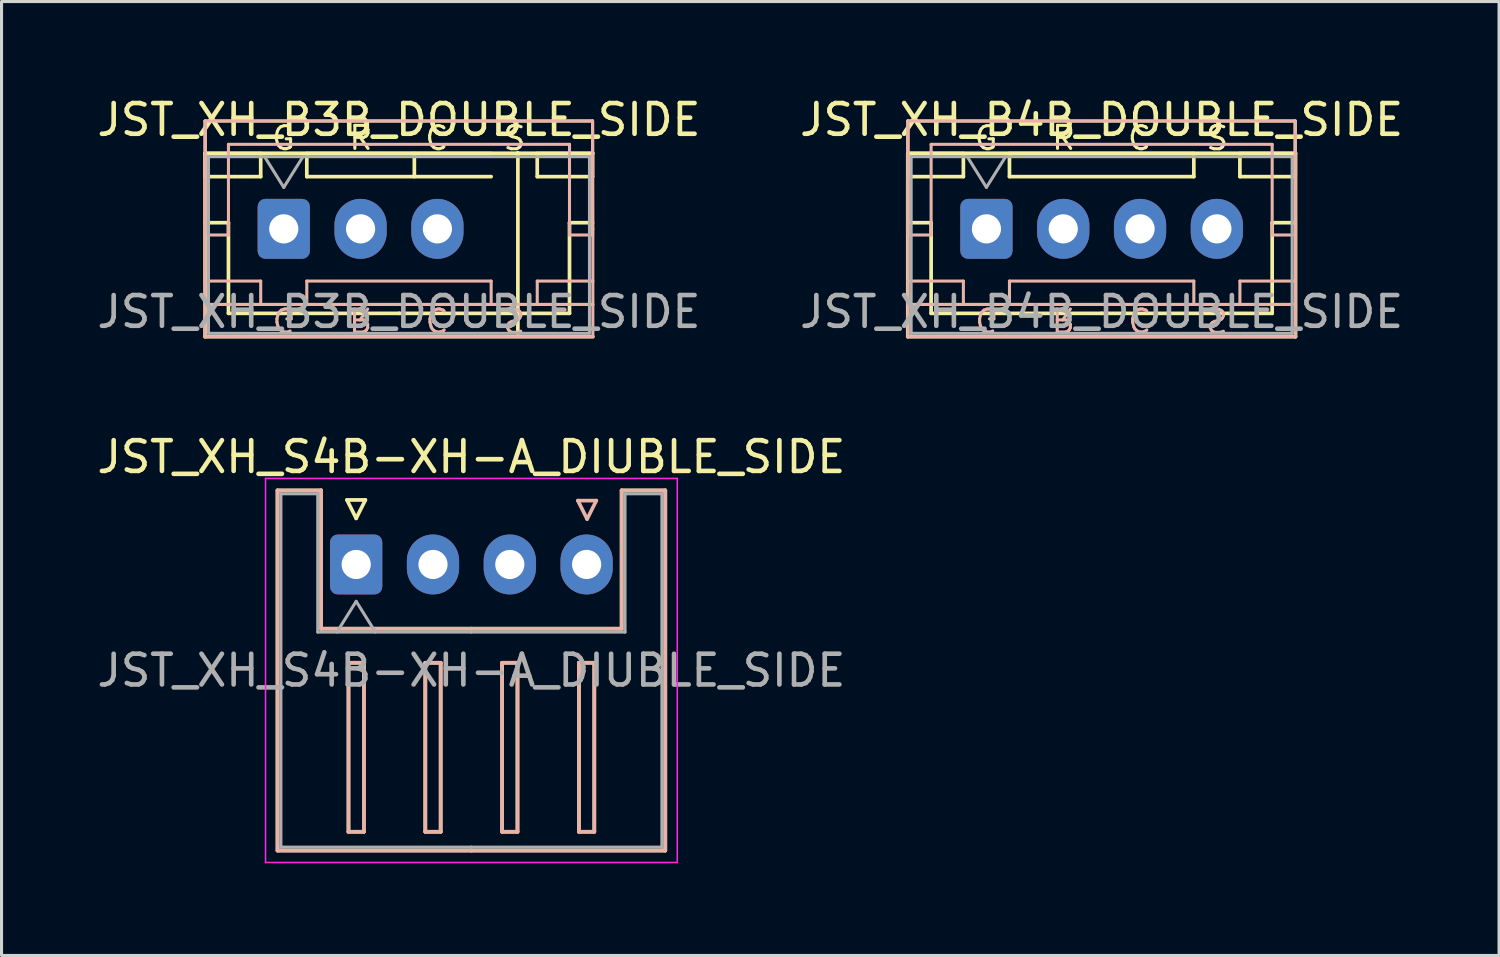
<source format=kicad_pcb>
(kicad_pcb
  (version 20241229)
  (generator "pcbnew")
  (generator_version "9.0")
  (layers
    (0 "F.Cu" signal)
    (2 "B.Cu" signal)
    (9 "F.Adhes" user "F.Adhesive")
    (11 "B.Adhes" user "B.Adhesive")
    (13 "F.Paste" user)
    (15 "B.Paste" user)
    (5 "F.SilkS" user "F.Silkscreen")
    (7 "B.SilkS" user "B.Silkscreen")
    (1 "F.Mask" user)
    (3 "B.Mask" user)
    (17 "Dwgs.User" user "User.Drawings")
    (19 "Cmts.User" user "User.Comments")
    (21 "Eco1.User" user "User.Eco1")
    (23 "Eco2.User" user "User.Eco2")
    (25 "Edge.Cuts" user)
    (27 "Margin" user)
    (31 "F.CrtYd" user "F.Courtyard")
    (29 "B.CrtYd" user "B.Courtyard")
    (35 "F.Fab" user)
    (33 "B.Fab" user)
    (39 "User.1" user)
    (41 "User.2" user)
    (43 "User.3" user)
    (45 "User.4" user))
  (footprint "JST_XH_S4B-XH-A_DIUBLE_SIDE"
    (layer "F.Cu")
    (at 8.542 15.321)
    (property "Reference" "JST_XH_S4B-XH-A_DIUBLE_SIDE" (at 3.75 -3.5 0) (layer "F.SilkS") (effects (font (size 1 1) (thickness 0.15))))
    (attr through_hole)
    (fp_line (start -2.56 -2.41) (end -1.14 -2.41) (stroke (width 0.12) (type solid)) (layer "F.SilkS"))
    (fp_line (start -2.56 9.31) (end -2.56 -2.41) (stroke (width 0.12) (type solid)) (layer "F.SilkS"))
    (fp_line (start -1.14 -2.41) (end -1.14 2.09) (stroke (width 0.12) (type solid)) (layer "F.SilkS"))
    (fp_line (start -1.14 2.09) (end 3.75 2.09) (stroke (width 0.12) (type solid)) (layer "F.SilkS"))
    (fp_line (start -0.3 -2.1) (end 0.3 -2.1) (stroke (width 0.12) (type solid)) (layer "F.SilkS"))
    (fp_line (start -0.25 3.2) (end -0.25 8.7) (stroke (width 0.12) (type solid)) (layer "F.SilkS"))
    (fp_line (start -0.25 8.7) (end 0.25 8.7) (stroke (width 0.12) (type solid)) (layer "F.SilkS"))
    (fp_line (start 0 -1.5) (end -0.3 -2.1) (stroke (width 0.12) (type solid)) (layer "F.SilkS"))
    (fp_line (start 0.25 3.2) (end -0.25 3.2) (stroke (width 0.12) (type solid)) (layer "F.SilkS"))
    (fp_line (start 0.25 8.7) (end 0.25 3.2) (stroke (width 0.12) (type solid)) (layer "F.SilkS"))
    (fp_line (start 0.3 -2.1) (end 0 -1.5) (stroke (width 0.12) (type solid)) (layer "F.SilkS"))
    (fp_line (start 2.25 3.2) (end 2.25 8.7) (stroke (width 0.12) (type solid)) (layer "F.SilkS"))
    (fp_line (start 2.25 8.7) (end 2.75 8.7) (stroke (width 0.12) (type solid)) (layer "F.SilkS"))
    (fp_line (start 2.75 3.2) (end 2.25 3.2) (stroke (width 0.12) (type solid)) (layer "F.SilkS"))
    (fp_line (start 2.75 8.7) (end 2.75 3.2) (stroke (width 0.12) (type solid)) (layer "F.SilkS"))
    (fp_line (start 3.75 9.31) (end -2.56 9.31) (stroke (width 0.12) (type solid)) (layer "F.SilkS"))
    (fp_line (start 3.75 9.31) (end 10.06 9.31) (stroke (width 0.12) (type solid)) (layer "F.SilkS"))
    (fp_line (start 4.75 3.2) (end 4.75 8.7) (stroke (width 0.12) (type solid)) (layer "F.SilkS"))
    (fp_line (start 4.75 8.7) (end 5.25 8.7) (stroke (width 0.12) (type solid)) (layer "F.SilkS"))
    (fp_line (start 5.25 3.2) (end 4.75 3.2) (stroke (width 0.12) (type solid)) (layer "F.SilkS"))
    (fp_line (start 5.25 8.7) (end 5.25 3.2) (stroke (width 0.12) (type solid)) (layer "F.SilkS"))
    (fp_line (start 7.25 3.2) (end 7.25 8.7) (stroke (width 0.12) (type solid)) (layer "F.SilkS"))
    (fp_line (start 7.25 8.7) (end 7.75 8.7) (stroke (width 0.12) (type solid)) (layer "F.SilkS"))
    (fp_line (start 7.75 3.2) (end 7.25 3.2) (stroke (width 0.12) (type solid)) (layer "F.SilkS"))
    (fp_line (start 7.75 8.7) (end 7.75 3.2) (stroke (width 0.12) (type solid)) (layer "F.SilkS"))
    (fp_line (start 8.64 -2.41) (end 8.64 2.09) (stroke (width 0.12) (type solid)) (layer "F.SilkS"))
    (fp_line (start 8.64 2.09) (end 3.75 2.09) (stroke (width 0.12) (type solid)) (layer "F.SilkS"))
    (fp_line (start 10.06 -2.41) (end 8.64 -2.41) (stroke (width 0.12) (type solid)) (layer "F.SilkS"))
    (fp_line (start 10.06 9.31) (end 10.06 -2.41) (stroke (width 0.12) (type solid)) (layer "F.SilkS"))
    (fp_line (start -2.56 -2.41) (end -1.14 -2.41) (stroke (width 0.12) (type solid)) (layer "B.SilkS"))
    (fp_line (start -2.56 9.31) (end -2.56 -2.41) (stroke (width 0.12) (type solid)) (layer "B.SilkS"))
    (fp_line (start -1.14 -2.41) (end -1.14 2.09) (stroke (width 0.12) (type solid)) (layer "B.SilkS"))
    (fp_line (start -1.14 2.09) (end 3.75 2.09) (stroke (width 0.12) (type solid)) (layer "B.SilkS"))
    (fp_line (start -0.25 3.2) (end 0.25 3.2) (stroke (width 0.12) (type solid)) (layer "B.SilkS"))
    (fp_line (start -0.25 8.7) (end -0.25 3.2) (stroke (width 0.12) (type solid)) (layer "B.SilkS"))
    (fp_line (start 0.25 3.2) (end 0.25 8.7) (stroke (width 0.12) (type solid)) (layer "B.SilkS"))
    (fp_line (start 0.25 8.7) (end -0.25 8.7) (stroke (width 0.12) (type solid)) (layer "B.SilkS"))
    (fp_line (start 2.25 3.2) (end 2.75 3.2) (stroke (width 0.12) (type solid)) (layer "B.SilkS"))
    (fp_line (start 2.25 8.7) (end 2.25 3.2) (stroke (width 0.12) (type solid)) (layer "B.SilkS"))
    (fp_line (start 2.75 3.2) (end 2.75 8.7) (stroke (width 0.12) (type solid)) (layer "B.SilkS"))
    (fp_line (start 2.75 8.7) (end 2.25 8.7) (stroke (width 0.12) (type solid)) (layer "B.SilkS"))
    (fp_line (start 3.75 9.31) (end -2.56 9.31) (stroke (width 0.12) (type solid)) (layer "B.SilkS"))
    (fp_line (start 3.75 9.31) (end 10.06 9.31) (stroke (width 0.12) (type solid)) (layer "B.SilkS"))
    (fp_line (start 4.75 3.2) (end 5.25 3.2) (stroke (width 0.12) (type solid)) (layer "B.SilkS"))
    (fp_line (start 4.75 8.7) (end 4.75 3.2) (stroke (width 0.12) (type solid)) (layer "B.SilkS"))
    (fp_line (start 5.25 3.2) (end 5.25 8.7) (stroke (width 0.12) (type solid)) (layer "B.SilkS"))
    (fp_line (start 5.25 8.7) (end 4.75 8.7) (stroke (width 0.12) (type solid)) (layer "B.SilkS"))
    (fp_line (start 7.216 -2.078) (end 7.516 -1.478) (stroke (width 0.12) (type solid)) (layer "B.SilkS"))
    (fp_line (start 7.25 3.2) (end 7.75 3.2) (stroke (width 0.12) (type solid)) (layer "B.SilkS"))
    (fp_line (start 7.25 8.7) (end 7.25 3.2) (stroke (width 0.12) (type solid)) (layer "B.SilkS"))
    (fp_line (start 7.516 -1.478) (end 7.816 -2.078) (stroke (width 0.12) (type solid)) (layer "B.SilkS"))
    (fp_line (start 7.75 3.2) (end 7.75 8.7) (stroke (width 0.12) (type solid)) (layer "B.SilkS"))
    (fp_line (start 7.75 8.7) (end 7.25 8.7) (stroke (width 0.12) (type solid)) (layer "B.SilkS"))
    (fp_line (start 7.816 -2.078) (end 7.216 -2.078) (stroke (width 0.12) (type solid)) (layer "B.SilkS"))
    (fp_line (start 8.64 -2.41) (end 8.64 2.09) (stroke (width 0.12) (type solid)) (layer "B.SilkS"))
    (fp_line (start 8.64 2.09) (end 3.75 2.09) (stroke (width 0.12) (type solid)) (layer "B.SilkS"))
    (fp_line (start 10.06 -2.41) (end 8.64 -2.41) (stroke (width 0.12) (type solid)) (layer "B.SilkS"))
    (fp_line (start 10.06 9.31) (end 10.06 -2.41) (stroke (width 0.12) (type solid)) (layer "B.SilkS"))
    (fp_line (start -2.95 -2.8) (end -2.95 9.7) (stroke (width 0.05) (type solid)) (layer "F.CrtYd"))
    (fp_line (start -2.95 9.7) (end 10.45 9.7) (stroke (width 0.05) (type solid)) (layer "F.CrtYd"))
    (fp_line (start 10.45 -2.8) (end -2.95 -2.8) (stroke (width 0.05) (type solid)) (layer "F.CrtYd"))
    (fp_line (start 10.45 9.7) (end 10.45 -2.8) (stroke (width 0.05) (type solid)) (layer "F.CrtYd"))
    (fp_line (start -2.45 -2.3) (end -1.25 -2.3) (stroke (width 0.1) (type solid)) (layer "F.Fab"))
    (fp_line (start -2.45 9.2) (end -2.45 -2.3) (stroke (width 0.1) (type solid)) (layer "F.Fab"))
    (fp_line (start -1.25 -2.3) (end -1.25 2.2) (stroke (width 0.1) (type solid)) (layer "F.Fab"))
    (fp_line (start -1.25 2.2) (end 3.75 2.2) (stroke (width 0.1) (type solid)) (layer "F.Fab"))
    (fp_line (start -0.625 2.2) (end 0 1.2) (stroke (width 0.1) (type solid)) (layer "F.Fab"))
    (fp_line (start 0 1.2) (end 0.625 2.2) (stroke (width 0.1) (type solid)) (layer "F.Fab"))
    (fp_line (start 3.75 9.2) (end -2.45 9.2) (stroke (width 0.1) (type solid)) (layer "F.Fab"))
    (fp_line (start 3.75 9.2) (end 9.95 9.2) (stroke (width 0.1) (type solid)) (layer "F.Fab"))
    (fp_line (start 8.75 -2.3) (end 8.75 2.2) (stroke (width 0.1) (type solid)) (layer "F.Fab"))
    (fp_line (start 8.75 2.2) (end 3.75 2.2) (stroke (width 0.1) (type solid)) (layer "F.Fab"))
    (fp_line (start 9.95 -2.3) (end 8.75 -2.3) (stroke (width 0.1) (type solid)) (layer "F.Fab"))
    (fp_line (start 9.95 9.2) (end 9.95 -2.3) (stroke (width 0.1) (type solid)) (layer "F.Fab"))
    (fp_text user "${REFERENCE}" (at 3.75 3.45 0) (layer "F.Fab") (effects (font (size 1 1) (thickness 0.15))))
    (pad "1" thru_hole roundrect (at 0 0) (size 1.7 1.95) (drill 0.95) (layers "*.Cu" "*.Mask") (roundrect_rratio 0.147))
    (pad "2" thru_hole oval (at 2.5 0) (size 1.7 1.95) (drill 0.95) (layers "*.Cu" "*.Mask"))
    (pad "3" thru_hole oval (at 5 0) (size 1.7 1.95) (drill 0.95) (layers "*.Cu" "*.Mask"))
    (pad "4" thru_hole oval (at 7.5 0) (size 1.7 1.95) (drill 0.95) (layers "*.Cu" "*.Mask")))
  (footprint "JST_XH_B4B_DOUBLE_SIDE"
    (layer "F.Cu")
    (at 29.054 4.398)
    (property "Reference" "JST_XH_B4B_DOUBLE_SIDE" (at 3.75 -3.55 0) (layer "F.SilkS") (effects (font (size 1 1) (thickness 0.15))))
    (attr through_hole)
    (fp_line (start -2.56 -3.51) (end 10.05 -3.51) (stroke (width 0.1) (type solid)) (layer "F.SilkS"))
    (fp_line (start -2.56 -2.46) (end -2.56 -3.51) (stroke (width 0.1) (type solid)) (layer "F.SilkS"))
    (fp_line (start -2.56 -2.46) (end -2.56 3.51) (stroke (width 0.12) (type solid)) (layer "F.SilkS"))
    (fp_line (start -2.56 3.51) (end 10.06 3.51) (stroke (width 0.12) (type solid)) (layer "F.SilkS"))
    (fp_line (start -2.55 -2.45) (end -2.55 -1.7) (stroke (width 0.12) (type solid)) (layer "F.SilkS"))
    (fp_line (start -2.55 -1.7) (end -0.75 -1.7) (stroke (width 0.12) (type solid)) (layer "F.SilkS"))
    (fp_line (start -2.55 -0.2) (end -1.8 -0.2) (stroke (width 0.12) (type solid)) (layer "F.SilkS"))
    (fp_line (start -1.8 -0.2) (end -1.8 2.75) (stroke (width 0.12) (type solid)) (layer "F.SilkS"))
    (fp_line (start -1.8 2.75) (end 3.75 2.75) (stroke (width 0.12) (type solid)) (layer "F.SilkS"))
    (fp_line (start -0.75 -2.45) (end -2.55 -2.45) (stroke (width 0.12) (type solid)) (layer "F.SilkS"))
    (fp_line (start -0.75 -1.7) (end -0.75 -2.45) (stroke (width 0.12) (type solid)) (layer "F.SilkS"))
    (fp_line (start 0.75 -2.45) (end 0.75 -1.7) (stroke (width 0.12) (type solid)) (layer "F.SilkS"))
    (fp_line (start 0.75 -1.7) (end 6.75 -1.7) (stroke (width 0.12) (type solid)) (layer "F.SilkS"))
    (fp_line (start 6.75 -2.45) (end 0.75 -2.45) (stroke (width 0.12) (type solid)) (layer "F.SilkS"))
    (fp_line (start 6.75 -1.7) (end 6.75 -2.45) (stroke (width 0.12) (type solid)) (layer "F.SilkS"))
    (fp_line (start 8.25 -2.45) (end 8.25 -1.7) (stroke (width 0.12) (type solid)) (layer "F.SilkS"))
    (fp_line (start 8.25 -1.7) (end 10.05 -1.7) (stroke (width 0.12) (type solid)) (layer "F.SilkS"))
    (fp_line (start 9.3 -0.2) (end 9.3 2.75) (stroke (width 0.12) (type solid)) (layer "F.SilkS"))
    (fp_line (start 9.3 2.75) (end 3.75 2.75) (stroke (width 0.12) (type solid)) (layer "F.SilkS"))
    (fp_line (start 10.05 -3.51) (end 10.05 -2.44) (stroke (width 0.1) (type solid)) (layer "F.SilkS"))
    (fp_line (start 10.05 -2.45) (end 8.25 -2.45) (stroke (width 0.12) (type solid)) (layer "F.SilkS"))
    (fp_line (start 10.05 -1.7) (end 10.05 -2.45) (stroke (width 0.12) (type solid)) (layer "F.SilkS"))
    (fp_line (start 10.05 -0.2) (end 9.3 -0.2) (stroke (width 0.12) (type solid)) (layer "F.SilkS"))
    (fp_line (start 10.06 -2.46) (end -2.56 -2.46) (stroke (width 0.12) (type solid)) (layer "F.SilkS"))
    (fp_line (start 10.06 3.51) (end 10.06 -2.46) (stroke (width 0.12) (type solid)) (layer "F.SilkS"))
    (fp_line (start -2.56 0) (end -2.56 -3.51) (stroke (width 0.1) (type solid)) (layer "B.SilkS"))
    (fp_line (start -2.56 0) (end -2.56 2.46) (stroke (width 0.1) (type solid)) (layer "B.SilkS"))
    (fp_line (start -2.56 2.46) (end -2.56 3.51) (stroke (width 0.1) (type solid)) (layer "B.SilkS"))
    (fp_line (start -2.56 3.51) (end 10.06 3.51) (stroke (width 0.1) (type solid)) (layer "B.SilkS"))
    (fp_line (start -2.55 -3.5) (end -2.55 0.2) (stroke (width 0.1) (type solid)) (layer "B.SilkS"))
    (fp_line (start -2.55 0.2) (end -1.8 0.2) (stroke (width 0.1) (type solid)) (layer "B.SilkS"))
    (fp_line (start -1.8 -2.75) (end 9.3 -2.75) (stroke (width 0.1) (type solid)) (layer "B.SilkS"))
    (fp_line (start -1.8 0.2) (end -1.8 -2.75) (stroke (width 0.1) (type solid)) (layer "B.SilkS"))
    (fp_line (start -0.75 1.7) (end -2.56 1.7) (stroke (width 0.1) (type solid)) (layer "B.SilkS"))
    (fp_line (start -0.75 2.46) (end -0.75 1.7) (stroke (width 0.1) (type solid)) (layer "B.SilkS"))
    (fp_line (start 0.75 2.46) (end 0.75 1.7) (stroke (width 0.1) (type solid)) (layer "B.SilkS"))
    (fp_line (start 6.75 1.7) (end 0.75 1.7) (stroke (width 0.1) (type solid)) (layer "B.SilkS"))
    (fp_line (start 6.75 2.46) (end 6.75 1.7) (stroke (width 0.1) (type solid)) (layer "B.SilkS"))
    (fp_line (start 8.25 1.7) (end 10.06 1.7) (stroke (width 0.1) (type solid)) (layer "B.SilkS"))
    (fp_line (start 8.25 2.46) (end 8.25 1.7) (stroke (width 0.1) (type solid)) (layer "B.SilkS"))
    (fp_line (start 9.3 0.2) (end 9.3 -2.75) (stroke (width 0.1) (type solid)) (layer "B.SilkS"))
    (fp_line (start 10.05 -3.51) (end -2.56 -3.51) (stroke (width 0.1) (type solid)) (layer "B.SilkS"))
    (fp_line (start 10.05 -3.5) (end 10.05 0.2) (stroke (width 0.1) (type solid)) (layer "B.SilkS"))
    (fp_line (start 10.05 0.2) (end 9.3 0.2) (stroke (width 0.1) (type solid)) (layer "B.SilkS"))
    (fp_line (start 10.06 0) (end 10.05 -3.51) (stroke (width 0.1) (type solid)) (layer "B.SilkS"))
    (fp_line (start 10.06 0) (end 10.06 2.46) (stroke (width 0.1) (type solid)) (layer "B.SilkS"))
    (fp_line (start 10.06 2.46) (end -2.56 2.46) (stroke (width 0.1) (type solid)) (layer "B.SilkS"))
    (fp_line (start 10.06 3.51) (end 10.06 2.46) (stroke (width 0.1) (type solid)) (layer "B.SilkS"))
    (fp_line (start -2.45 -2.35) (end -2.45 3.4) (stroke (width 0.1) (type solid)) (layer "F.Fab"))
    (fp_line (start -2.45 3.4) (end 9.95 3.4) (stroke (width 0.1) (type solid)) (layer "F.Fab"))
    (fp_line (start -0.625 -2.35) (end 0 -1.35) (stroke (width 0.1) (type solid)) (layer "F.Fab"))
    (fp_line (start 0 -1.35) (end 0.625 -2.35) (stroke (width 0.1) (type solid)) (layer "F.Fab"))
    (fp_line (start 9.95 -2.35) (end -2.45 -2.35) (stroke (width 0.1) (type solid)) (layer "F.Fab"))
    (fp_line (start 9.95 3.4) (end 9.95 -2.35) (stroke (width 0.1) (type solid)) (layer "F.Fab"))
    (fp_text user "G" (at -0.01 -2.95 0) (layer "F.SilkS") (effects (font (size 0.75 0.75) (thickness 0.1))))
    (fp_text user "C" (at 4.98 -2.95 0) (layer "F.SilkS") (effects (font (size 0.75 0.75) (thickness 0.1))))
    (fp_text user "R" (at 2.51 -2.96 0) (layer "F.SilkS") (effects (font (size 0.75 0.75) (thickness 0.1))))
    (fp_text user "S" (at 7.51 -2.95 0) (layer "F.SilkS") (effects (font (size 0.75 0.75) (thickness 0.1))))
    (fp_text user "S" (at 7.5 2.96 180) (unlocked yes) (layer "B.SilkS") (effects (font (size 0.75 0.75) (thickness 0.1)) (justify mirror)))
    (fp_text user "C" (at 4.99 2.95 180) (unlocked yes) (layer "B.SilkS") (effects (font (size 0.75 0.75) (thickness 0.1)) (justify mirror)))
    (fp_text user "R" (at 2.5 2.95 180) (unlocked yes) (layer "B.SilkS") (effects (font (size 0.75 0.75) (thickness 0.1)) (justify mirror)))
    (fp_text user "G" (at 0.01 2.95 180) (unlocked yes) (layer "B.SilkS") (effects (font (size 0.75 0.75) (thickness 0.1)) (justify mirror)))
    (fp_text user "${REFERENCE}" (at 3.75 2.7 0) (layer "F.Fab") (effects (font (size 1 1) (thickness 0.15))))
    (pad "1" thru_hole roundrect (at 0 0) (size 1.7 1.95) (drill 0.95) (layers "*.Cu" "*.Mask") (roundrect_rratio 0.147))
    (pad "2" thru_hole oval (at 2.5 0) (size 1.7 1.95) (drill 0.95) (layers "*.Cu" "*.Mask"))
    (pad "3" thru_hole oval (at 5 0) (size 1.7 1.95) (drill 0.95) (layers "*.Cu" "*.Mask"))
    (pad "4" thru_hole oval (at 7.5 0) (size 1.7 1.95) (drill 0.95) (layers "*.Cu" "*.Mask")))
  (footprint "JST_XH_B3B_DOUBLE_SIDE"
    (layer "F.Cu")
    (at 6.185 4.398)
    (property "Reference" "JST_XH_B3B_DOUBLE_SIDE" (at 3.75 -3.55 0) (layer "F.SilkS") (effects (font (size 1 1) (thickness 0.15))))
    (attr through_hole)
    (fp_line (start -2.56 -3.51) (end 10.05 -3.51) (stroke (width 0.1) (type solid)) (layer "F.SilkS"))
    (fp_line (start -2.56 -2.46) (end -2.56 -3.51) (stroke (width 0.1) (type solid)) (layer "F.SilkS"))
    (fp_line (start -2.56 -2.46) (end -2.56 3.51) (stroke (width 0.12) (type solid)) (layer "F.SilkS"))
    (fp_line (start -2.56 3.51) (end 10.06 3.51) (stroke (width 0.12) (type solid)) (layer "F.SilkS"))
    (fp_line (start -2.55 -2.45) (end -2.55 -1.7) (stroke (width 0.12) (type solid)) (layer "F.SilkS"))
    (fp_line (start -2.55 -1.7) (end -0.75 -1.7) (stroke (width 0.12) (type solid)) (layer "F.SilkS"))
    (fp_line (start -2.55 -0.2) (end -1.8 -0.2) (stroke (width 0.12) (type solid)) (layer "F.SilkS"))
    (fp_line (start -1.8 -0.2) (end -1.8 2.75) (stroke (width 0.12) (type solid)) (layer "F.SilkS"))
    (fp_line (start -1.8 2.75) (end 3.75 2.75) (stroke (width 0.12) (type solid)) (layer "F.SilkS"))
    (fp_line (start -0.75 -2.45) (end -2.55 -2.45) (stroke (width 0.12) (type solid)) (layer "F.SilkS"))
    (fp_line (start -0.75 -1.7) (end -0.75 -2.45) (stroke (width 0.12) (type solid)) (layer "F.SilkS"))
    (fp_line (start 0.75 -2.45) (end 0.75 -1.7) (stroke (width 0.12) (type solid)) (layer "F.SilkS"))
    (fp_line (start 0.75 -1.7) (end 6.75 -1.7) (stroke (width 0.12) (type solid)) (layer "F.SilkS"))
    (fp_line (start 4.25 -1.7) (end 4.25 -2.45) (stroke (width 0.12) (type solid)) (layer "F.SilkS"))
    (fp_line (start 6.75 -2.45) (end 0.75 -2.45) (stroke (width 0.12) (type solid)) (layer "F.SilkS"))
    (fp_line (start 7.62 3.493) (end 7.62 -2.477) (stroke (width 0.12) (type solid)) (layer "F.SilkS"))
    (fp_line (start 8.25 -2.45) (end 8.25 -1.7) (stroke (width 0.12) (type solid)) (layer "F.SilkS"))
    (fp_line (start 8.25 -1.7) (end 10.05 -1.7) (stroke (width 0.12) (type solid)) (layer "F.SilkS"))
    (fp_line (start 9.3 -0.2) (end 9.3 2.75) (stroke (width 0.12) (type solid)) (layer "F.SilkS"))
    (fp_line (start 9.3 2.75) (end 3.75 2.75) (stroke (width 0.12) (type solid)) (layer "F.SilkS"))
    (fp_line (start 10.05 -3.51) (end 10.05 -2.44) (stroke (width 0.1) (type solid)) (layer "F.SilkS"))
    (fp_line (start 10.05 -2.45) (end 8.25 -2.45) (stroke (width 0.12) (type solid)) (layer "F.SilkS"))
    (fp_line (start 10.05 -1.7) (end 10.05 -2.45) (stroke (width 0.12) (type solid)) (layer "F.SilkS"))
    (fp_line (start 10.05 -0.2) (end 9.3 -0.2) (stroke (width 0.12) (type solid)) (layer "F.SilkS"))
    (fp_line (start 10.06 -2.46) (end -2.56 -2.46) (stroke (width 0.12) (type solid)) (layer "F.SilkS"))
    (fp_line (start -2.56 0) (end -2.56 -3.51) (stroke (width 0.1) (type solid)) (layer "B.SilkS"))
    (fp_line (start -2.56 0) (end -2.56 2.46) (stroke (width 0.1) (type solid)) (layer "B.SilkS"))
    (fp_line (start -2.56 2.46) (end -2.56 3.51) (stroke (width 0.1) (type solid)) (layer "B.SilkS"))
    (fp_line (start -2.56 3.51) (end 10.06 3.51) (stroke (width 0.1) (type solid)) (layer "B.SilkS"))
    (fp_line (start -2.55 -3.5) (end -2.55 0.2) (stroke (width 0.1) (type solid)) (layer "B.SilkS"))
    (fp_line (start -2.55 0.2) (end -1.8 0.2) (stroke (width 0.1) (type solid)) (layer "B.SilkS"))
    (fp_line (start -1.8 -2.75) (end 9.3 -2.75) (stroke (width 0.1) (type solid)) (layer "B.SilkS"))
    (fp_line (start -1.8 0.2) (end -1.8 -2.75) (stroke (width 0.1) (type solid)) (layer "B.SilkS"))
    (fp_line (start -0.75 1.7) (end -2.56 1.7) (stroke (width 0.1) (type solid)) (layer "B.SilkS"))
    (fp_line (start -0.75 2.46) (end -0.75 1.7) (stroke (width 0.1) (type solid)) (layer "B.SilkS"))
    (fp_line (start 0.75 2.46) (end 0.75 1.7) (stroke (width 0.1) (type solid)) (layer "B.SilkS"))
    (fp_line (start 6.75 1.7) (end 0.75 1.7) (stroke (width 0.1) (type solid)) (layer "B.SilkS"))
    (fp_line (start 6.75 2.46) (end 6.75 1.7) (stroke (width 0.1) (type solid)) (layer "B.SilkS"))
    (fp_line (start 8.25 1.7) (end 10.06 1.7) (stroke (width 0.1) (type solid)) (layer "B.SilkS"))
    (fp_line (start 8.25 2.46) (end 8.25 1.7) (stroke (width 0.1) (type solid)) (layer "B.SilkS"))
    (fp_line (start 9.3 0.2) (end 9.3 -2.75) (stroke (width 0.1) (type solid)) (layer "B.SilkS"))
    (fp_line (start 10.05 -3.51) (end -2.56 -3.51) (stroke (width 0.1) (type solid)) (layer "B.SilkS"))
    (fp_line (start 10.05 -3.5) (end 10.05 0.2) (stroke (width 0.1) (type solid)) (layer "B.SilkS"))
    (fp_line (start 10.05 0.2) (end 9.3 0.2) (stroke (width 0.1) (type solid)) (layer "B.SilkS"))
    (fp_line (start 10.06 0) (end 10.05 -3.51) (stroke (width 0.1) (type solid)) (layer "B.SilkS"))
    (fp_line (start 10.06 0) (end 10.06 2.46) (stroke (width 0.1) (type solid)) (layer "B.SilkS"))
    (fp_line (start 10.06 2.46) (end -2.56 2.46) (stroke (width 0.1) (type solid)) (layer "B.SilkS"))
    (fp_line (start 10.06 3.51) (end 10.06 2.46) (stroke (width 0.1) (type solid)) (layer "B.SilkS"))
    (fp_line (start -2.45 -2.35) (end -2.45 3.4) (stroke (width 0.1) (type solid)) (layer "F.Fab"))
    (fp_line (start -2.45 3.4) (end 9.95 3.4) (stroke (width 0.1) (type solid)) (layer "F.Fab"))
    (fp_line (start -0.625 -2.35) (end 0 -1.35) (stroke (width 0.1) (type solid)) (layer "F.Fab"))
    (fp_line (start 0 -1.35) (end 0.625 -2.35) (stroke (width 0.1) (type solid)) (layer "F.Fab"))
    (fp_line (start 9.95 -2.35) (end -2.45 -2.35) (stroke (width 0.1) (type solid)) (layer "F.Fab"))
    (fp_line (start 9.95 3.4) (end 9.95 -2.35) (stroke (width 0.1) (type solid)) (layer "F.Fab"))
    (fp_text user "C" (at 4.98 -2.95 0) (layer "F.SilkS") (effects (font (size 0.75 0.75) (thickness 0.1))))
    (fp_text user "R" (at 2.51 -2.96 0) (layer "F.SilkS") (effects (font (size 0.75 0.75) (thickness 0.1))))
    (fp_text user "S" (at 7.51 -2.95 0) (layer "F.SilkS") (effects (font (size 0.75 0.75) (thickness 0.1))))
    (fp_text user "G" (at -0.01 -2.95 0) (layer "F.SilkS") (effects (font (size 0.75 0.75) (thickness 0.1))))
    (fp_text user "C" (at 4.99 2.95 180) (unlocked yes) (layer "B.SilkS") (effects (font (size 0.75 0.75) (thickness 0.1)) (justify mirror)))
    (fp_text user "G" (at 0.01 2.95 180) (unlocked yes) (layer "B.SilkS") (effects (font (size 0.75 0.75) (thickness 0.1)) (justify mirror)))
    (fp_text user "S" (at 7.5 2.96 180) (unlocked yes) (layer "B.SilkS") (effects (font (size 0.75 0.75) (thickness 0.1)) (justify mirror)))
    (fp_text user "R" (at 2.5 2.95 180) (unlocked yes) (layer "B.SilkS") (effects (font (size 0.75 0.75) (thickness 0.1)) (justify mirror)))
    (fp_text user "${REFERENCE}" (at 3.75 2.7 0) (layer "F.Fab") (effects (font (size 1 1) (thickness 0.15))))
    (pad "1" thru_hole roundrect (at 0 0) (size 1.7 1.95) (drill 0.95) (layers "*.Cu" "*.Mask") (roundrect_rratio 0.147))
    (pad "2" thru_hole oval (at 2.5 0) (size 1.7 1.95) (drill 0.95) (layers "*.Cu" "*.Mask"))
    (pad "3" thru_hole oval (at 5 0) (size 1.7 1.95) (drill 0.95) (layers "*.Cu" "*.Mask")))
  (gr_rect
    (start -3 -3)
    (end 45.738 28.046)
    (stroke (width 0.1) (type default))
    (fill no)
    (layer "Edge.Cuts")))
</source>
